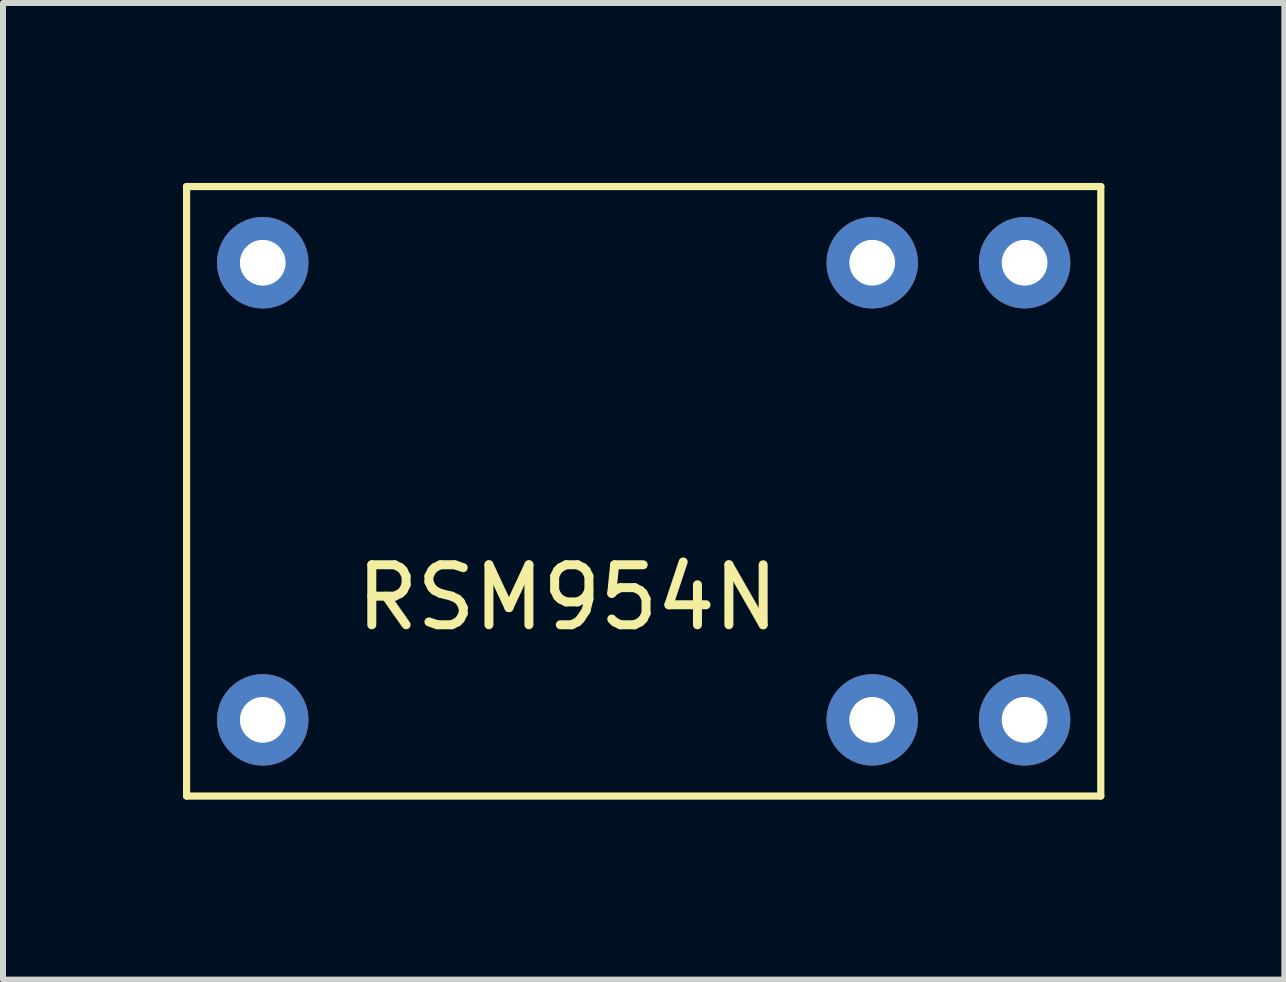
<source format=kicad_pcb>
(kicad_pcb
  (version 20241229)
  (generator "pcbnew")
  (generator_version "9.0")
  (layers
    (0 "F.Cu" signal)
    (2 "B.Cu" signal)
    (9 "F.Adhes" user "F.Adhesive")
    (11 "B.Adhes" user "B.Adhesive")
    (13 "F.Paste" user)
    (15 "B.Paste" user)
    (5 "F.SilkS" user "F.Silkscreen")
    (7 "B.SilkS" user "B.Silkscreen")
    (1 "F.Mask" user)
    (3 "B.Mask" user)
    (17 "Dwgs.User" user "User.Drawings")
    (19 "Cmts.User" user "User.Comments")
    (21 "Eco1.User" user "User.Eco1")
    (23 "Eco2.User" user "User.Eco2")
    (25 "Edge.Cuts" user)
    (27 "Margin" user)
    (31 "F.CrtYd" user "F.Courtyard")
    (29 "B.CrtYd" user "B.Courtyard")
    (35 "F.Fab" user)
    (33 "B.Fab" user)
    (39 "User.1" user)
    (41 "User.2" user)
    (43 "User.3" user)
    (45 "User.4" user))
  (footprint "RSM954N"
    (layer "F.Cu")
    (at 6.41 6.41)
    (property "Reference" "RSM954N" (at 0 0.5 0) (layer "F.SilkS") (effects (font (size 1 1) (thickness 0.15))))
    (attr through_hole)
    (fp_line (start -6.35 -6.35) (end 8.89 -6.35) (stroke (width 0.12) (type solid)) (layer "F.SilkS"))
    (fp_line (start -6.35 3.81) (end -6.35 -6.35) (stroke (width 0.12) (type solid)) (layer "F.SilkS"))
    (fp_line (start 8.89 -6.35) (end 8.89 3.81) (stroke (width 0.12) (type solid)) (layer "F.SilkS"))
    (fp_line (start 8.89 3.81) (end -6.35 3.81) (stroke (width 0.12) (type solid)) (layer "F.SilkS"))
    (pad "1" thru_hole circle (at -5.08 -5.08) (size 1.524 1.524) (drill 0.762) (layers "*.Cu" "*.Mask"))
    (pad "1" thru_hole circle (at -5.08 2.54) (size 1.524 1.524) (drill 0.762) (layers "*.Cu" "*.Mask"))
    (pad "2" thru_hole circle (at 5.08 2.54) (size 1.524 1.524) (drill 0.762) (layers "*.Cu" "*.Mask"))
    (pad "3" thru_hole circle (at 7.62 2.54) (size 1.524 1.524) (drill 0.762) (layers "*.Cu" "*.Mask"))
    (pad "4" thru_hole circle (at 7.62 -5.08) (size 1.524 1.524) (drill 0.762) (layers "*.Cu" "*.Mask"))
    (pad "5" thru_hole circle (at 5.08 -5.08) (size 1.524 1.524) (drill 0.762) (layers "*.Cu" "*.Mask")))
  (gr_rect
    (start -3 -3)
    (end 18.36 13.28)
    (stroke (width 0.1) (type default))
    (fill no)
    (layer "Edge.Cuts")))
</source>
